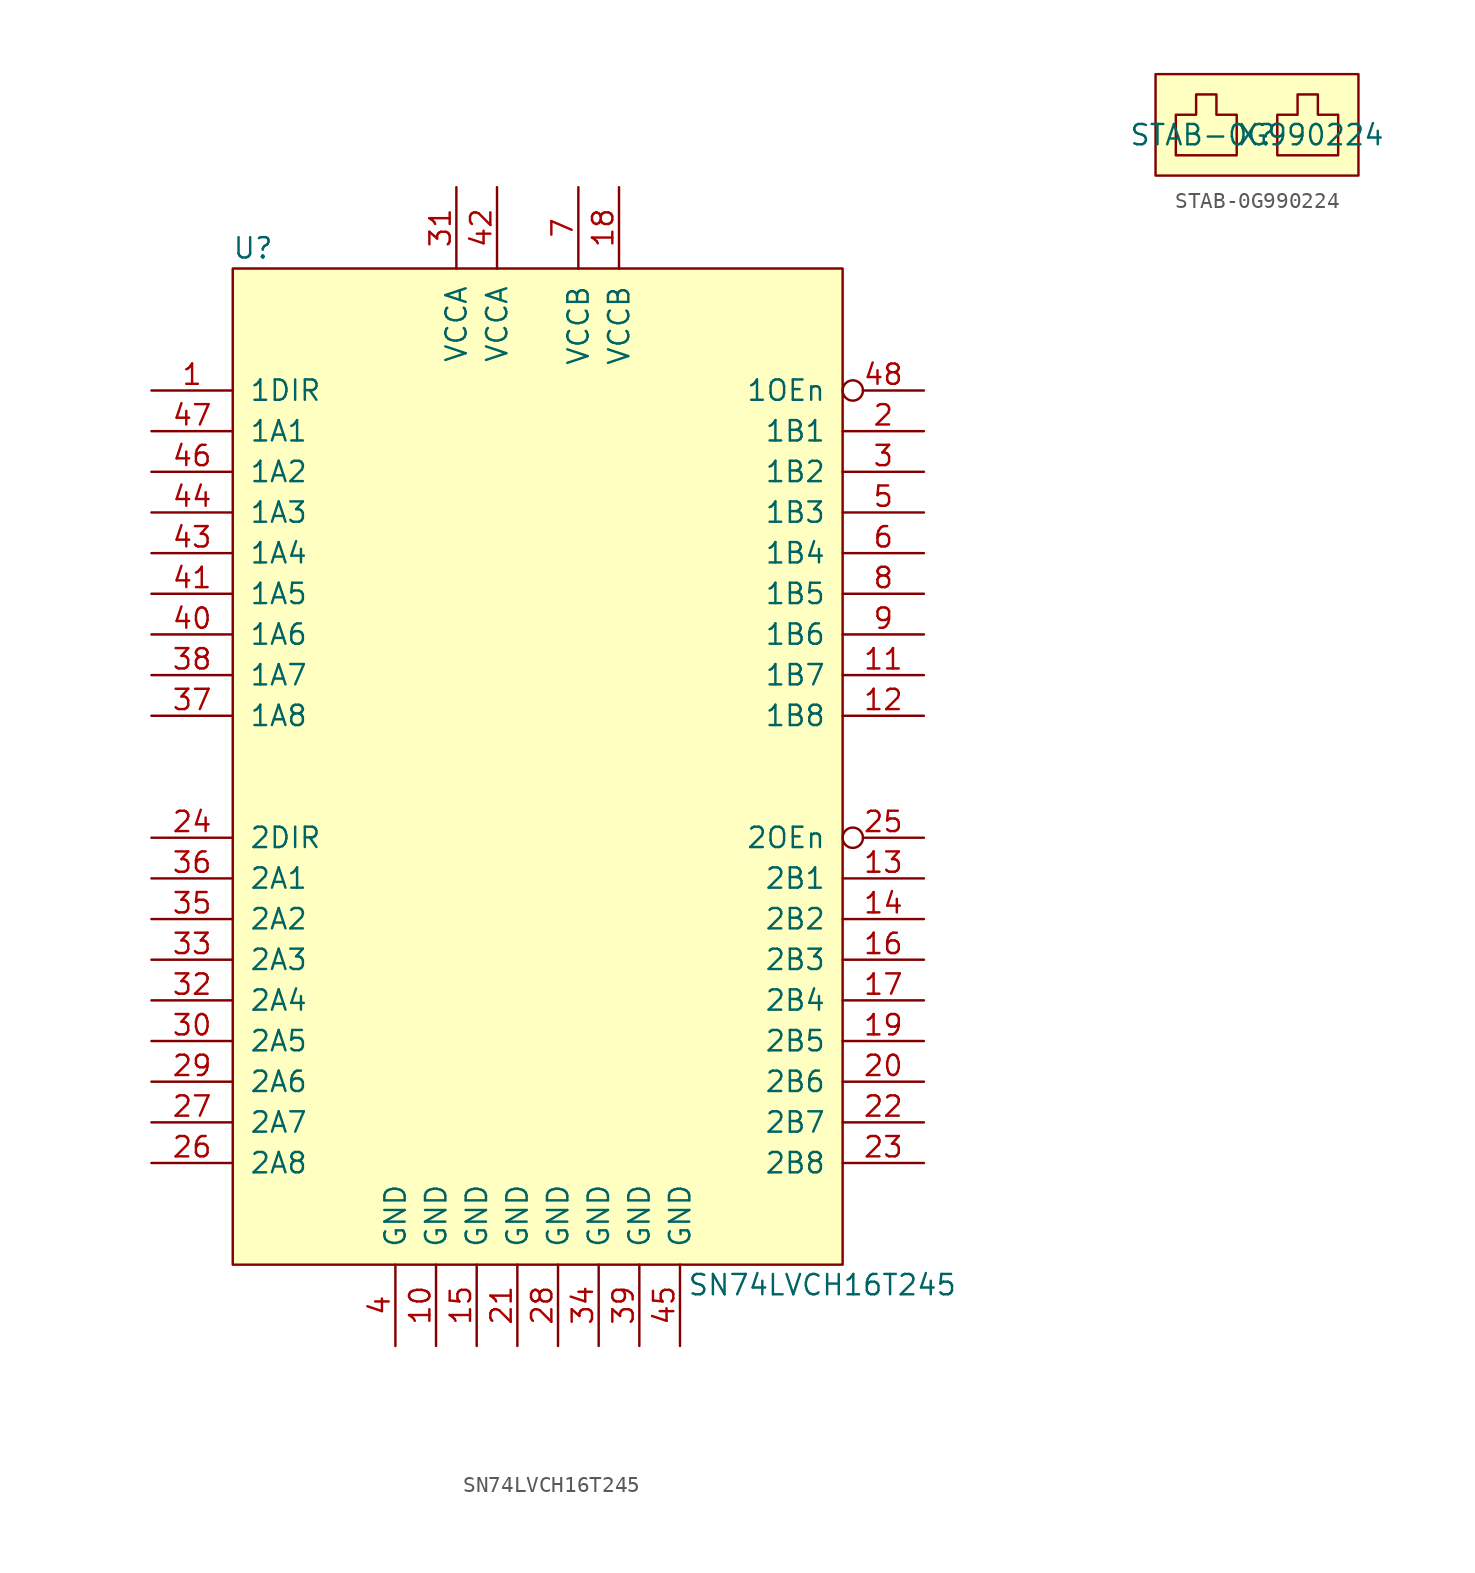
<source format=kicad_sym>
(kicad_symbol_lib
  (version 20211014)
  (generator kicad_symbol_editor)
  (symbol "SN74LVCH16T245"
    (pin_names
      (offset 1.016))
    (property "Reference" "U"
      (at -17.78 33.02 0)
      (effects (font (size 1.27 1.27))))
    (property "Value" "SN74LVCH16T245"
      (at 17.78 -31.75 0)
      (effects (font (size 1.27 1.27))))
    (symbol "SN74LVCH16T245_0_1"
      (rectangle (start -19.05 31.75) (end 19.05 -30.48) (stroke (width 0) (type default) (color 0 0 0 0)) (fill (type background))))
    (symbol "SN74LVCH16T245_1_1"
      (pin input line (at -24.13 24.13 0) (length 5.08) (name "1DIR" (effects (font (size 1.27 1.27)))) (number "1" (effects (font (size 1.27 1.27)))))
      (pin power_in line (at -6.35 -35.56 90) (length 5.08) (name "GND" (effects (font (size 1.27 1.27)))) (number "10" (effects (font (size 1.27 1.27)))))
      (pin bidirectional line (at 24.13 6.35 180) (length 5.08) (name "1B7" (effects (font (size 1.27 1.27)))) (number "11" (effects (font (size 1.27 1.27)))))
      (pin bidirectional line (at 24.13 3.81 180) (length 5.08) (name "1B8" (effects (font (size 1.27 1.27)))) (number "12" (effects (font (size 1.27 1.27)))))
      (pin bidirectional line (at 24.13 -6.35 180) (length 5.08) (name "2B1" (effects (font (size 1.27 1.27)))) (number "13" (effects (font (size 1.27 1.27)))))
      (pin bidirectional line (at 24.13 -8.89 180) (length 5.08) (name "2B2" (effects (font (size 1.27 1.27)))) (number "14" (effects (font (size 1.27 1.27)))))
      (pin power_in line (at -3.81 -35.56 90) (length 5.08) (name "GND" (effects (font (size 1.27 1.27)))) (number "15" (effects (font (size 1.27 1.27)))))
      (pin bidirectional line (at 24.13 -11.43 180) (length 5.08) (name "2B3" (effects (font (size 1.27 1.27)))) (number "16" (effects (font (size 1.27 1.27)))))
      (pin bidirectional line (at 24.13 -13.97 180) (length 5.08) (name "2B4" (effects (font (size 1.27 1.27)))) (number "17" (effects (font (size 1.27 1.27)))))
      (pin power_in line (at 5.08 36.83 270) (length 5.08) (name "VCCB" (effects (font (size 1.27 1.27)))) (number "18" (effects (font (size 1.27 1.27)))))
      (pin bidirectional line (at 24.13 -16.51 180) (length 5.08) (name "2B5" (effects (font (size 1.27 1.27)))) (number "19" (effects (font (size 1.27 1.27)))))
      (pin bidirectional line (at 24.13 21.59 180) (length 5.08) (name "1B1" (effects (font (size 1.27 1.27)))) (number "2" (effects (font (size 1.27 1.27)))))
      (pin bidirectional line (at 24.13 -19.05 180) (length 5.08) (name "2B6" (effects (font (size 1.27 1.27)))) (number "20" (effects (font (size 1.27 1.27)))))
      (pin power_in line (at -1.27 -35.56 90) (length 5.08) (name "GND" (effects (font (size 1.27 1.27)))) (number "21" (effects (font (size 1.27 1.27)))))
      (pin bidirectional line (at 24.13 -21.59 180) (length 5.08) (name "2B7" (effects (font (size 1.27 1.27)))) (number "22" (effects (font (size 1.27 1.27)))))
      (pin bidirectional line (at 24.13 -24.13 180) (length 5.08) (name "2B8" (effects (font (size 1.27 1.27)))) (number "23" (effects (font (size 1.27 1.27)))))
      (pin input line (at -24.13 -3.81 0) (length 5.08) (name "2DIR" (effects (font (size 1.27 1.27)))) (number "24" (effects (font (size 1.27 1.27)))))
      (pin input inverted (at 24.13 -3.81 180) (length 5.08) (name "2OEn" (effects (font (size 1.27 1.27)))) (number "25" (effects (font (size 1.27 1.27)))))
      (pin bidirectional line (at -24.13 -24.13 0) (length 5.08) (name "2A8" (effects (font (size 1.27 1.27)))) (number "26" (effects (font (size 1.27 1.27)))))
      (pin bidirectional line (at -24.13 -21.59 0) (length 5.08) (name "2A7" (effects (font (size 1.27 1.27)))) (number "27" (effects (font (size 1.27 1.27)))))
      (pin power_in line (at 1.27 -35.56 90) (length 5.08) (name "GND" (effects (font (size 1.27 1.27)))) (number "28" (effects (font (size 1.27 1.27)))))
      (pin bidirectional line (at -24.13 -19.05 0) (length 5.08) (name "2A6" (effects (font (size 1.27 1.27)))) (number "29" (effects (font (size 1.27 1.27)))))
      (pin bidirectional line (at 24.13 19.05 180) (length 5.08) (name "1B2" (effects (font (size 1.27 1.27)))) (number "3" (effects (font (size 1.27 1.27)))))
      (pin bidirectional line (at -24.13 -16.51 0) (length 5.08) (name "2A5" (effects (font (size 1.27 1.27)))) (number "30" (effects (font (size 1.27 1.27)))))
      (pin power_in line (at -5.08 36.83 270) (length 5.08) (name "VCCA" (effects (font (size 1.27 1.27)))) (number "31" (effects (font (size 1.27 1.27)))))
      (pin bidirectional line (at -24.13 -13.97 0) (length 5.08) (name "2A4" (effects (font (size 1.27 1.27)))) (number "32" (effects (font (size 1.27 1.27)))))
      (pin bidirectional line (at -24.13 -11.43 0) (length 5.08) (name "2A3" (effects (font (size 1.27 1.27)))) (number "33" (effects (font (size 1.27 1.27)))))
      (pin power_in line (at 3.81 -35.56 90) (length 5.08) (name "GND" (effects (font (size 1.27 1.27)))) (number "34" (effects (font (size 1.27 1.27)))))
      (pin bidirectional line (at -24.13 -8.89 0) (length 5.08) (name "2A2" (effects (font (size 1.27 1.27)))) (number "35" (effects (font (size 1.27 1.27)))))
      (pin bidirectional line (at -24.13 -6.35 0) (length 5.08) (name "2A1" (effects (font (size 1.27 1.27)))) (number "36" (effects (font (size 1.27 1.27)))))
      (pin bidirectional line (at -24.13 3.81 0) (length 5.08) (name "1A8" (effects (font (size 1.27 1.27)))) (number "37" (effects (font (size 1.27 1.27)))))
      (pin bidirectional line (at -24.13 6.35 0) (length 5.08) (name "1A7" (effects (font (size 1.27 1.27)))) (number "38" (effects (font (size 1.27 1.27)))))
      (pin power_in line (at 6.35 -35.56 90) (length 5.08) (name "GND" (effects (font (size 1.27 1.27)))) (number "39" (effects (font (size 1.27 1.27)))))
      (pin power_in line (at -8.89 -35.56 90) (length 5.08) (name "GND" (effects (font (size 1.27 1.27)))) (number "4" (effects (font (size 1.27 1.27)))))
      (pin bidirectional line (at -24.13 8.89 0) (length 5.08) (name "1A6" (effects (font (size 1.27 1.27)))) (number "40" (effects (font (size 1.27 1.27)))))
      (pin bidirectional line (at -24.13 11.43 0) (length 5.08) (name "1A5" (effects (font (size 1.27 1.27)))) (number "41" (effects (font (size 1.27 1.27)))))
      (pin power_in line (at -2.54 36.83 270) (length 5.08) (name "VCCA" (effects (font (size 1.27 1.27)))) (number "42" (effects (font (size 1.27 1.27)))))
      (pin bidirectional line (at -24.13 13.97 0) (length 5.08) (name "1A4" (effects (font (size 1.27 1.27)))) (number "43" (effects (font (size 1.27 1.27)))))
      (pin bidirectional line (at -24.13 16.51 0) (length 5.08) (name "1A3" (effects (font (size 1.27 1.27)))) (number "44" (effects (font (size 1.27 1.27)))))
      (pin power_in line (at 8.89 -35.56 90) (length 5.08) (name "GND" (effects (font (size 1.27 1.27)))) (number "45" (effects (font (size 1.27 1.27)))))
      (pin bidirectional line (at -24.13 19.05 0) (length 5.08) (name "1A2" (effects (font (size 1.27 1.27)))) (number "46" (effects (font (size 1.27 1.27)))))
      (pin bidirectional line (at -24.13 21.59 0) (length 5.08) (name "1A1" (effects (font (size 1.27 1.27)))) (number "47" (effects (font (size 1.27 1.27)))))
      (pin input inverted (at 24.13 24.13 180) (length 5.08) (name "1OEn" (effects (font (size 1.27 1.27)))) (number "48" (effects (font (size 1.27 1.27)))))
      (pin bidirectional line (at 24.13 16.51 180) (length 5.08) (name "1B3" (effects (font (size 1.27 1.27)))) (number "5" (effects (font (size 1.27 1.27)))))
      (pin bidirectional line (at 24.13 13.97 180) (length 5.08) (name "1B4" (effects (font (size 1.27 1.27)))) (number "6" (effects (font (size 1.27 1.27)))))
      (pin power_in line (at 2.54 36.83 270) (length 5.08) (name "VCCB" (effects (font (size 1.27 1.27)))) (number "7" (effects (font (size 1.27 1.27)))))
      (pin bidirectional line (at 24.13 11.43 180) (length 5.08) (name "1B5" (effects (font (size 1.27 1.27)))) (number "8" (effects (font (size 1.27 1.27)))))
      (pin bidirectional line (at 24.13 8.89 180) (length 5.08) (name "1B6" (effects (font (size 1.27 1.27)))) (number "9" (effects (font (size 1.27 1.27)))))))
  (symbol "STAB-0G990224"
    (pin_names
      (offset 1.016))
    (property "Reference" "X"
      (at 0 0 0)
      (effects (font (size 1.27 1.27))))
    (property "Value" "STAB-0G990224"
      (at 0 0 0)
      (effects (font (size 1.27 1.27))))
    (symbol "STAB-0G990224_0_1"
      (polyline (pts (xy -6.35 3.81) (xy -6.35 -2.54) (xy 6.35 -2.54) (xy 6.35 3.81) (xy -6.35 3.81)) (stroke (width 0) (type default) (color 0 0 0 0)) (fill (type background)))
      (polyline (pts (xy -1.27 1.27) (xy -1.27 -1.27) (xy -5.08 -1.27) (xy -5.08 1.27) (xy -3.81 1.27) (xy -3.81 2.54) (xy -2.54 2.54) (xy -2.54 1.27) (xy -1.27 1.27)) (stroke (width 0) (type default) (color 0 0 0 0)) (fill (type none)))
      (polyline (pts (xy 1.27 1.27) (xy 1.27 -1.27) (xy 5.08 -1.27) (xy 5.08 1.27) (xy 3.81 1.27) (xy 3.81 2.54) (xy 2.54 2.54) (xy 2.54 1.27) (xy 1.27 1.27)) (stroke (width 0) (type default) (color 0 0 0 0)) (fill (type none))))))
</source>
